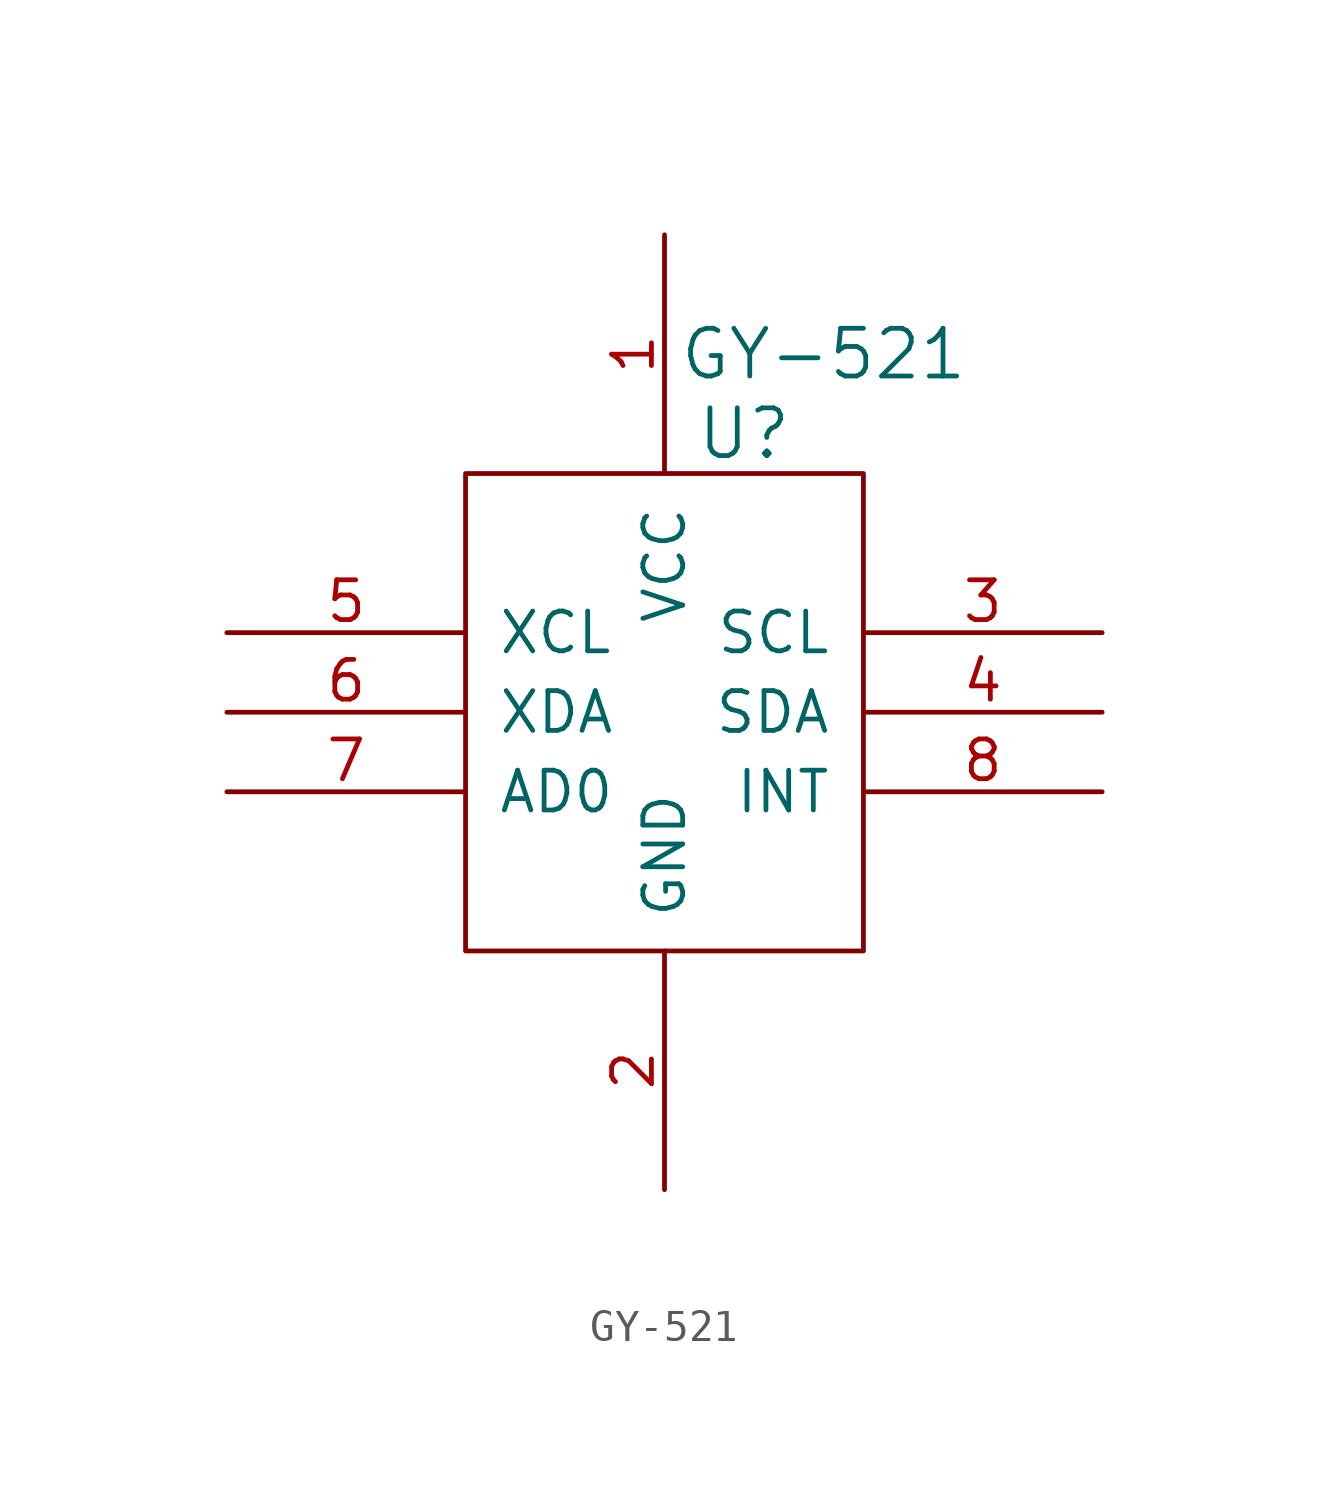
<source format=kicad_sym>
(kicad_symbol_lib
  (version 20211014)
  (generator kicad_symbol_editor)
  (symbol "GY-521"
    (pin_names
      (offset 1.016))
    (property "Reference" "U"
      (at 2.54 8.89 0)
      (effects (font (size 1.524 1.524))))
    (property "Value" "GY-521"
      (at 5.08 11.43 0)
      (effects (font (size 1.524 1.524))))
    (property "Footprint" ""
      (at 0 0 0)
      (effects (font (size 1.524 1.524))))
    (property "Datasheet" ""
      (at 0 0 0)
      (effects (font (size 1.524 1.524))))
    (symbol "GY-521_0_1"
      (rectangle (start -6.35 7.62) (end 6.35 -7.62) (stroke (width 0) (type default) (color 0 0 0 0)) (fill (type none))))
    (symbol "GY-521_1_1"
      (pin input line (at 0 15.24 270) (length 7.62) (name "VCC" (effects (font (size 1.27 1.27)))) (number "1" (effects (font (size 1.27 1.27)))))
      (pin input line (at 0 -15.24 90) (length 7.62) (name "GND" (effects (font (size 1.27 1.27)))) (number "2" (effects (font (size 1.27 1.27)))))
      (pin input line (at 13.97 2.54 180) (length 7.62) (name "SCL" (effects (font (size 1.27 1.27)))) (number "3" (effects (font (size 1.27 1.27)))))
      (pin input line (at 13.97 0 180) (length 7.62) (name "SDA" (effects (font (size 1.27 1.27)))) (number "4" (effects (font (size 1.27 1.27)))))
      (pin input line (at -13.97 2.54 0) (length 7.62) (name "XCL" (effects (font (size 1.27 1.27)))) (number "5" (effects (font (size 1.27 1.27)))))
      (pin input line (at -13.97 0 0) (length 7.62) (name "XDA" (effects (font (size 1.27 1.27)))) (number "6" (effects (font (size 1.27 1.27)))))
      (pin input line (at -13.97 -2.54 0) (length 7.62) (name "AD0" (effects (font (size 1.27 1.27)))) (number "7" (effects (font (size 1.27 1.27)))))
      (pin input line (at 13.97 -2.54 180) (length 7.62) (name "INT" (effects (font (size 1.27 1.27)))) (number "8" (effects (font (size 1.27 1.27))))))))
</source>
